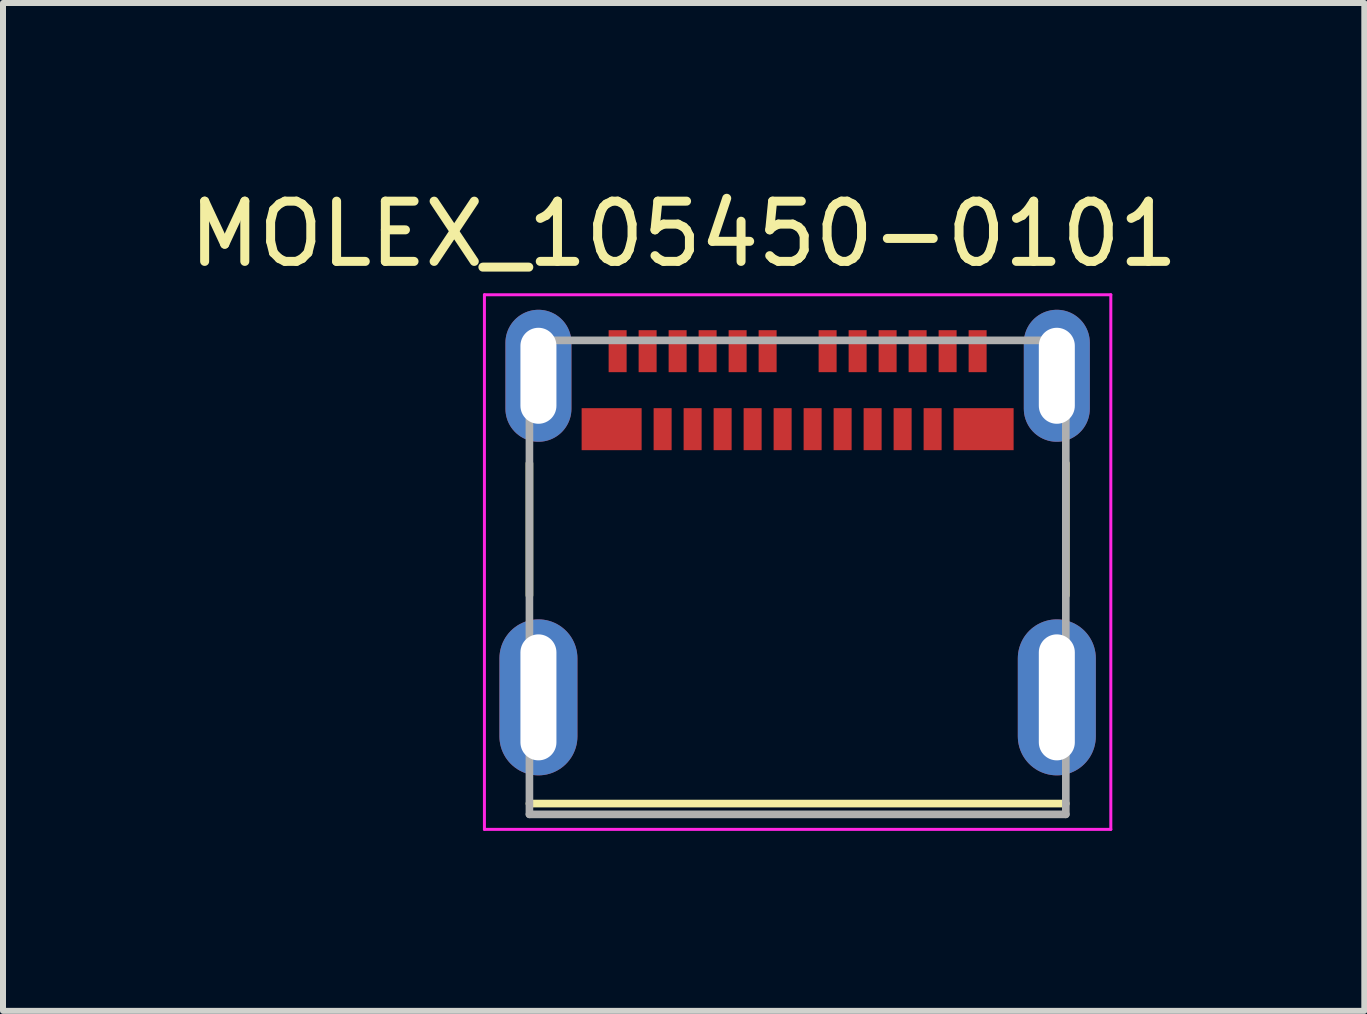
<source format=kicad_pcb>
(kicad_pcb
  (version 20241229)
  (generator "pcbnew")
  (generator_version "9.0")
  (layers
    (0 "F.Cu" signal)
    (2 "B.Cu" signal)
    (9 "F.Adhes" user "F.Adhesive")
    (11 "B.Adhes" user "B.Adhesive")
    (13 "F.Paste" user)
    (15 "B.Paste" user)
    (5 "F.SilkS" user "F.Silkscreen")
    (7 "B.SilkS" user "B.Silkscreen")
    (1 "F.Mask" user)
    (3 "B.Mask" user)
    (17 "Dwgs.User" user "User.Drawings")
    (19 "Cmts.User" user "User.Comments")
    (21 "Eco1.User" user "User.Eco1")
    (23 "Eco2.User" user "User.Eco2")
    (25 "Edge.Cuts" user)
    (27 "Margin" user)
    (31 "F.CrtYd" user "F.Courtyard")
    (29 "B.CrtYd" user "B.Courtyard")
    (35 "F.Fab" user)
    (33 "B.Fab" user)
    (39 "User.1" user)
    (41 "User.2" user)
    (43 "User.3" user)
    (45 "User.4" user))
  (footprint "MOLEX_105450-0101"
    (layer "F.Cu")
    (at 10.244 6.573)
    (property "Reference" "MOLEX_105450-0101" (at -1.899 -5.723 0) (layer "F.SilkS") (effects (font (size 1.004 1.004) (thickness 0.15))))
    (attr through_hole)
    (fp_line (start -4.47 0.3) (end -4.47 -1.9) (stroke (width 0.127) (type solid)) (layer "F.SilkS"))
    (fp_line (start -4.47 3.77) (end 4.47 3.77) (stroke (width 0.127) (type solid)) (layer "F.SilkS"))
    (fp_line (start 4.47 0.3) (end 4.47 -1.9) (stroke (width 0.127) (type solid)) (layer "F.SilkS"))
    (fp_line (start -5.22 -4.71) (end 5.22 -4.71) (stroke (width 0.05) (type solid)) (layer "F.CrtYd"))
    (fp_line (start -5.22 4.2) (end -5.22 -4.71) (stroke (width 0.05) (type solid)) (layer "F.CrtYd"))
    (fp_line (start 5.22 -4.71) (end 5.22 4.2) (stroke (width 0.05) (type solid)) (layer "F.CrtYd"))
    (fp_line (start 5.22 4.2) (end -5.22 4.2) (stroke (width 0.05) (type solid)) (layer "F.CrtYd"))
    (fp_line (start -4.47 -3.95) (end -4.47 3.95) (stroke (width 0.127) (type solid)) (layer "F.Fab"))
    (fp_line (start -4.47 3.95) (end 4.47 3.95) (stroke (width 0.127) (type solid)) (layer "F.Fab"))
    (fp_line (start 4.47 -3.95) (end -4.47 -3.95) (stroke (width 0.127) (type solid)) (layer "F.Fab"))
    (fp_line (start 4.47 3.95) (end 4.47 -3.95) (stroke (width 0.127) (type solid)) (layer "F.Fab"))
    (pad "A1" smd rect (at -3 -3.77) (size 0.3 0.7) (layers "F.Cu" "F.Mask" "F.Paste"))
    (pad "A2" smd rect (at -2.5 -3.77) (size 0.3 0.7) (layers "F.Cu" "F.Mask" "F.Paste"))
    (pad "A3" smd rect (at -2 -3.77) (size 0.3 0.7) (layers "F.Cu" "F.Mask" "F.Paste"))
    (pad "A4" smd rect (at -1.5 -3.77) (size 0.3 0.7) (layers "F.Cu" "F.Mask" "F.Paste"))
    (pad "A5" smd rect (at -1 -3.77) (size 0.3 0.7) (layers "F.Cu" "F.Mask" "F.Paste"))
    (pad "A6" smd rect (at -0.5 -3.77) (size 0.3 0.7) (layers "F.Cu" "F.Mask" "F.Paste"))
    (pad "A7" smd rect (at 0.5 -3.77) (size 0.3 0.7) (layers "F.Cu" "F.Mask" "F.Paste"))
    (pad "A8" smd rect (at 1 -3.77) (size 0.3 0.7) (layers "F.Cu" "F.Mask" "F.Paste"))
    (pad "A9" smd rect (at 1.5 -3.77) (size 0.3 0.7) (layers "F.Cu" "F.Mask" "F.Paste"))
    (pad "A10" smd rect (at 2 -3.77) (size 0.3 0.7) (layers "F.Cu" "F.Mask" "F.Paste"))
    (pad "A11" smd rect (at 2.5 -3.77) (size 0.3 0.7) (layers "F.Cu" "F.Mask" "F.Paste"))
    (pad "A12" smd rect (at 3 -3.77) (size 0.3 0.7) (layers "F.Cu" "F.Mask" "F.Paste"))
    (pad "B1" smd rect (at 3.1 -2.47) (size 1 0.7) (layers "F.Cu" "F.Mask" "F.Paste"))
    (pad "B2" smd rect (at 2.25 -2.47) (size 0.3 0.7) (layers "F.Cu" "F.Mask" "F.Paste"))
    (pad "B3" smd rect (at 1.75 -2.47) (size 0.3 0.7) (layers "F.Cu" "F.Mask" "F.Paste"))
    (pad "B4" smd rect (at 1.25 -2.47) (size 0.3 0.7) (layers "F.Cu" "F.Mask" "F.Paste"))
    (pad "B5" smd rect (at 0.75 -2.47) (size 0.3 0.7) (layers "F.Cu" "F.Mask" "F.Paste"))
    (pad "B6" smd rect (at 0.25 -2.47) (size 0.3 0.7) (layers "F.Cu" "F.Mask" "F.Paste"))
    (pad "B7" smd rect (at -0.25 -2.47) (size 0.3 0.7) (layers "F.Cu" "F.Mask" "F.Paste"))
    (pad "B8" smd rect (at -0.75 -2.47) (size 0.3 0.7) (layers "F.Cu" "F.Mask" "F.Paste"))
    (pad "B9" smd rect (at -1.25 -2.47) (size 0.3 0.7) (layers "F.Cu" "F.Mask" "F.Paste"))
    (pad "B10" smd rect (at -1.75 -2.47) (size 0.3 0.7) (layers "F.Cu" "F.Mask" "F.Paste"))
    (pad "B11" smd rect (at -2.25 -2.47) (size 0.3 0.7) (layers "F.Cu" "F.Mask" "F.Paste"))
    (pad "B12" smd rect (at -3.1 -2.47) (size 1 0.7) (layers "F.Cu" "F.Mask" "F.Paste"))
    (pad "S1" thru_hole oval (at -4.32 -3.36) (size 1.1 2.2) (drill oval 0.6 1.6) (layers "*.Cu" "*.Mask"))
    (pad "S2" thru_hole oval (at 4.32 -3.36) (size 1.1 2.2) (drill oval 0.6 1.6) (layers "*.Cu" "*.Mask"))
    (pad "S3" thru_hole oval (at -4.32 2) (size 1.3 2.6) (drill oval 0.6 2.1) (layers "*.Cu" "*.Mask"))
    (pad "S4" thru_hole oval (at 4.32 2) (size 1.3 2.6) (drill oval 0.6 2.1) (layers "*.Cu" "*.Mask"))
    (zone (net_name "") (layer "F.Cu") (hatch full 0.508) (connect_pads) (min_thickness 0.01) (filled_areas_thickness no) (keepout (tracks not_allowed) (vias not_allowed) (pads not_allowed) (copperpour not_allowed) (footprints allowed)) (placement (enabled no)) (fill) (polygon (pts (xy 6.743 6.693) (xy 13.744 6.693) (xy 13.744 10.344) (xy 6.743 10.344))))
    (zone (net_name "") (layers "F.Cu" "B.Cu") (hatch full 0.508) (connect_pads) (min_thickness 0.01) (filled_areas_thickness no) (keepout (tracks allowed) (vias not_allowed) (pads allowed) (copperpour allowed) (footprints allowed)) (placement (enabled no)) (fill) (polygon (pts (xy 6.741 6.693) (xy 13.744 6.693) (xy 13.744 10.346) (xy 6.741 10.346)))))
  (gr_rect
    (start -3 -3)
    (end 19.689 13.798)
    (stroke (width 0.1) (type default))
    (fill no)
    (layer "Edge.Cuts")))
</source>
